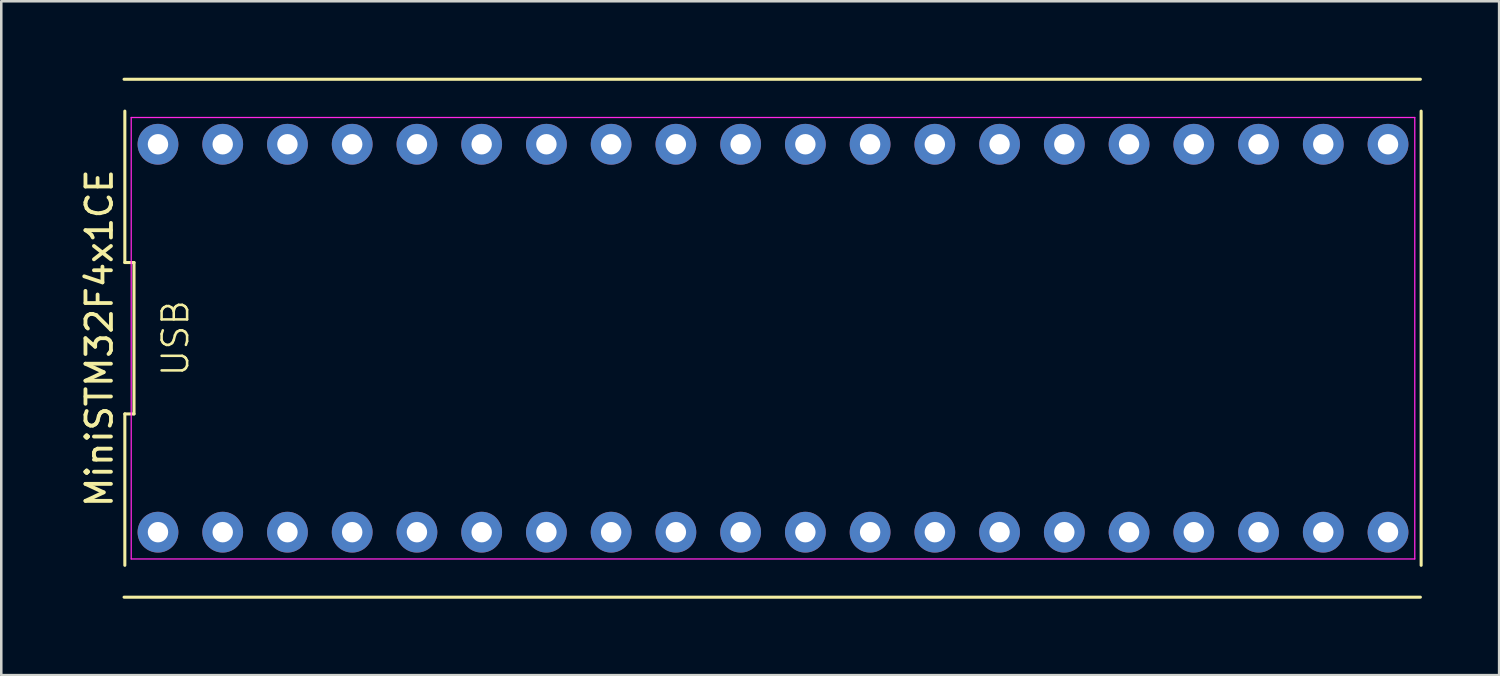
<source format=kicad_pcb>
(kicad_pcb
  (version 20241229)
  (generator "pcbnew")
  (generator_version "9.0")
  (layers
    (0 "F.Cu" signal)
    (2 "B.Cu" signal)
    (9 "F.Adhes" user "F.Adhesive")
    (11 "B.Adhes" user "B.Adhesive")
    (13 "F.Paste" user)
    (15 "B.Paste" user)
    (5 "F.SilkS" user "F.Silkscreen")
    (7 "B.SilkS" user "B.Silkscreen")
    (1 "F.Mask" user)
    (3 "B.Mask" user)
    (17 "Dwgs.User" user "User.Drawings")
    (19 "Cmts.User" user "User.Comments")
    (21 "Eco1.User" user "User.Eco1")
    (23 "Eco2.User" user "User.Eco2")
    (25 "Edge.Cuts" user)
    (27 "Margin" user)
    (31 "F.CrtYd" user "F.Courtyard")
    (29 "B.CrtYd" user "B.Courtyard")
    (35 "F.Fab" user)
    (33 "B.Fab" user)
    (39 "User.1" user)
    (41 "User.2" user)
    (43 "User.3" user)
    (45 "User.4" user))
  (footprint "MiniSTM32F4x1CE"
    (layer "F.Cu")
    (at 27.278 10.22)
    (property "Reference" "MiniSTM32F4x1CE" (at -26.43 0 90) (layer "F.SilkS") (effects (font (size 1 1) (thickness 0.15))))
    (attr through_hole)
    (fp_line (start -25.46 10.16) (end 25.4 10.16) (stroke (width 0.12) (type default)) (layer "F.SilkS"))
    (fp_line (start -25.43 -8.91) (end -25.43 -2.97) (stroke (width 0.12) (type default)) (layer "F.SilkS"))
    (fp_line (start -25.43 -2.97) (end -25.07 -2.97) (stroke (width 0.12) (type default)) (layer "F.SilkS"))
    (fp_line (start -25.43 2.97) (end -25.43 8.91) (stroke (width 0.12) (type default)) (layer "F.SilkS"))
    (fp_line (start -25.07 -2.97) (end -25.07 2.97) (stroke (width 0.12) (type default)) (layer "F.SilkS"))
    (fp_line (start -25.07 2.97) (end -25.43 2.97) (stroke (width 0.12) (type default)) (layer "F.SilkS"))
    (fp_line (start 25.4 -10.16) (end -25.46 -10.16) (stroke (width 0.12) (type default)) (layer "F.SilkS"))
    (fp_line (start 25.43 8.91) (end 25.43 -8.91) (stroke (width 0.12) (type default)) (layer "F.SilkS"))
    (fp_line (start -25.18 -8.66) (end 25.18 -8.66) (stroke (width 0.05) (type default)) (layer "F.CrtYd"))
    (fp_line (start -25.18 8.66) (end -25.18 -8.66) (stroke (width 0.05) (type default)) (layer "F.CrtYd"))
    (fp_line (start 25.18 -8.66) (end 25.18 8.66) (stroke (width 0.05) (type default)) (layer "F.CrtYd"))
    (fp_line (start 25.18 8.66) (end -25.18 8.66) (stroke (width 0.05) (type default)) (layer "F.CrtYd"))
    (fp_text user "USB" (at -22.86 0 90) (unlocked yes) (layer "F.SilkS") (effects (font (size 1 1) (thickness 0.1)) (justify bottom)))
    (pad "1" thru_hole circle (at -24.13 7.61) (size 1.6 1.6) (drill 0.8) (layers "*.Cu" "*.Mask"))
    (pad "2" thru_hole circle (at -21.59 7.61) (size 1.6 1.6) (drill 0.8) (layers "*.Cu" "*.Mask"))
    (pad "3" thru_hole circle (at -19.05 7.61) (size 1.6 1.6) (drill 0.8) (layers "*.Cu" "*.Mask"))
    (pad "4" thru_hole circle (at -16.51 7.61) (size 1.6 1.6) (drill 0.8) (layers "*.Cu" "*.Mask"))
    (pad "5" thru_hole circle (at -13.97 7.61) (size 1.6 1.6) (drill 0.8) (layers "*.Cu" "*.Mask"))
    (pad "6" thru_hole circle (at -11.43 7.61) (size 1.6 1.6) (drill 0.8) (layers "*.Cu" "*.Mask"))
    (pad "7" thru_hole circle (at -8.89 7.61) (size 1.6 1.6) (drill 0.8) (layers "*.Cu" "*.Mask"))
    (pad "8" thru_hole circle (at -6.35 7.61) (size 1.6 1.6) (drill 0.8) (layers "*.Cu" "*.Mask"))
    (pad "9" thru_hole circle (at -3.81 7.61) (size 1.6 1.6) (drill 0.8) (layers "*.Cu" "*.Mask"))
    (pad "10" thru_hole circle (at -1.27 7.61) (size 1.6 1.6) (drill 0.8) (layers "*.Cu" "*.Mask"))
    (pad "11" thru_hole circle (at 1.27 7.61) (size 1.6 1.6) (drill 0.8) (layers "*.Cu" "*.Mask"))
    (pad "12" thru_hole circle (at 3.81 7.61) (size 1.6 1.6) (drill 0.8) (layers "*.Cu" "*.Mask"))
    (pad "13" thru_hole circle (at 6.35 7.61) (size 1.6 1.6) (drill 0.8) (layers "*.Cu" "*.Mask"))
    (pad "14" thru_hole circle (at 8.89 7.61) (size 1.6 1.6) (drill 0.8) (layers "*.Cu" "*.Mask"))
    (pad "15" thru_hole circle (at 11.43 7.61) (size 1.6 1.6) (drill 0.8) (layers "*.Cu" "*.Mask"))
    (pad "16" thru_hole circle (at 13.97 7.61) (size 1.6 1.6) (drill 0.8) (layers "*.Cu" "*.Mask"))
    (pad "17" thru_hole circle (at 16.51 7.61) (size 1.6 1.6) (drill 0.8) (layers "*.Cu" "*.Mask"))
    (pad "18" thru_hole circle (at 19.05 7.61) (size 1.6 1.6) (drill 0.8) (layers "*.Cu" "*.Mask"))
    (pad "19" thru_hole circle (at 21.59 7.61) (size 1.6 1.6) (drill 0.8) (layers "*.Cu" "*.Mask"))
    (pad "20" thru_hole circle (at 24.13 7.61) (size 1.6 1.6) (drill 0.8) (layers "*.Cu" "*.Mask"))
    (pad "21" thru_hole circle (at 24.13 -7.61) (size 1.6 1.6) (drill 0.8) (layers "*.Cu" "*.Mask"))
    (pad "22" thru_hole circle (at 21.59 -7.61) (size 1.6 1.6) (drill 0.8) (layers "*.Cu" "*.Mask"))
    (pad "23" thru_hole circle (at 19.05 -7.61) (size 1.6 1.6) (drill 0.8) (layers "*.Cu" "*.Mask"))
    (pad "24" thru_hole circle (at 16.51 -7.61) (size 1.6 1.6) (drill 0.8) (layers "*.Cu" "*.Mask"))
    (pad "25" thru_hole circle (at 13.97 -7.61) (size 1.6 1.6) (drill 0.8) (layers "*.Cu" "*.Mask"))
    (pad "26" thru_hole circle (at 11.43 -7.61) (size 1.6 1.6) (drill 0.8) (layers "*.Cu" "*.Mask"))
    (pad "27" thru_hole circle (at 8.89 -7.61) (size 1.6 1.6) (drill 0.8) (layers "*.Cu" "*.Mask"))
    (pad "28" thru_hole circle (at 6.35 -7.61) (size 1.6 1.6) (drill 0.8) (layers "*.Cu" "*.Mask"))
    (pad "29" thru_hole circle (at 3.81 -7.61) (size 1.6 1.6) (drill 0.8) (layers "*.Cu" "*.Mask"))
    (pad "30" thru_hole circle (at 1.27 -7.61) (size 1.6 1.6) (drill 0.8) (layers "*.Cu" "*.Mask"))
    (pad "31" thru_hole circle (at -1.27 -7.61) (size 1.6 1.6) (drill 0.8) (layers "*.Cu" "*.Mask"))
    (pad "32" thru_hole circle (at -3.81 -7.61) (size 1.6 1.6) (drill 0.8) (layers "*.Cu" "*.Mask"))
    (pad "33" thru_hole circle (at -6.35 -7.61) (size 1.6 1.6) (drill 0.8) (layers "*.Cu" "*.Mask"))
    (pad "34" thru_hole circle (at -8.89 -7.61) (size 1.6 1.6) (drill 0.8) (layers "*.Cu" "*.Mask"))
    (pad "35" thru_hole circle (at -11.43 -7.61) (size 1.6 1.6) (drill 0.8) (layers "*.Cu" "*.Mask"))
    (pad "36" thru_hole circle (at -13.97 -7.61) (size 1.6 1.6) (drill 0.8) (layers "*.Cu" "*.Mask"))
    (pad "37" thru_hole circle (at -16.51 -7.61) (size 1.6 1.6) (drill 0.8) (layers "*.Cu" "*.Mask"))
    (pad "38" thru_hole circle (at -19.05 -7.61) (size 1.6 1.6) (drill 0.8) (layers "*.Cu" "*.Mask"))
    (pad "39" thru_hole circle (at -21.59 -7.61) (size 1.6 1.6) (drill 0.8) (layers "*.Cu" "*.Mask"))
    (pad "40" thru_hole circle (at -24.13 -7.61) (size 1.6 1.6) (drill 0.8) (layers "*.Cu" "*.Mask")))
  (gr_rect
    (start -3 -3)
    (end 55.768 23.44)
    (stroke (width 0.1) (type default))
    (fill no)
    (layer "Edge.Cuts")))
</source>
